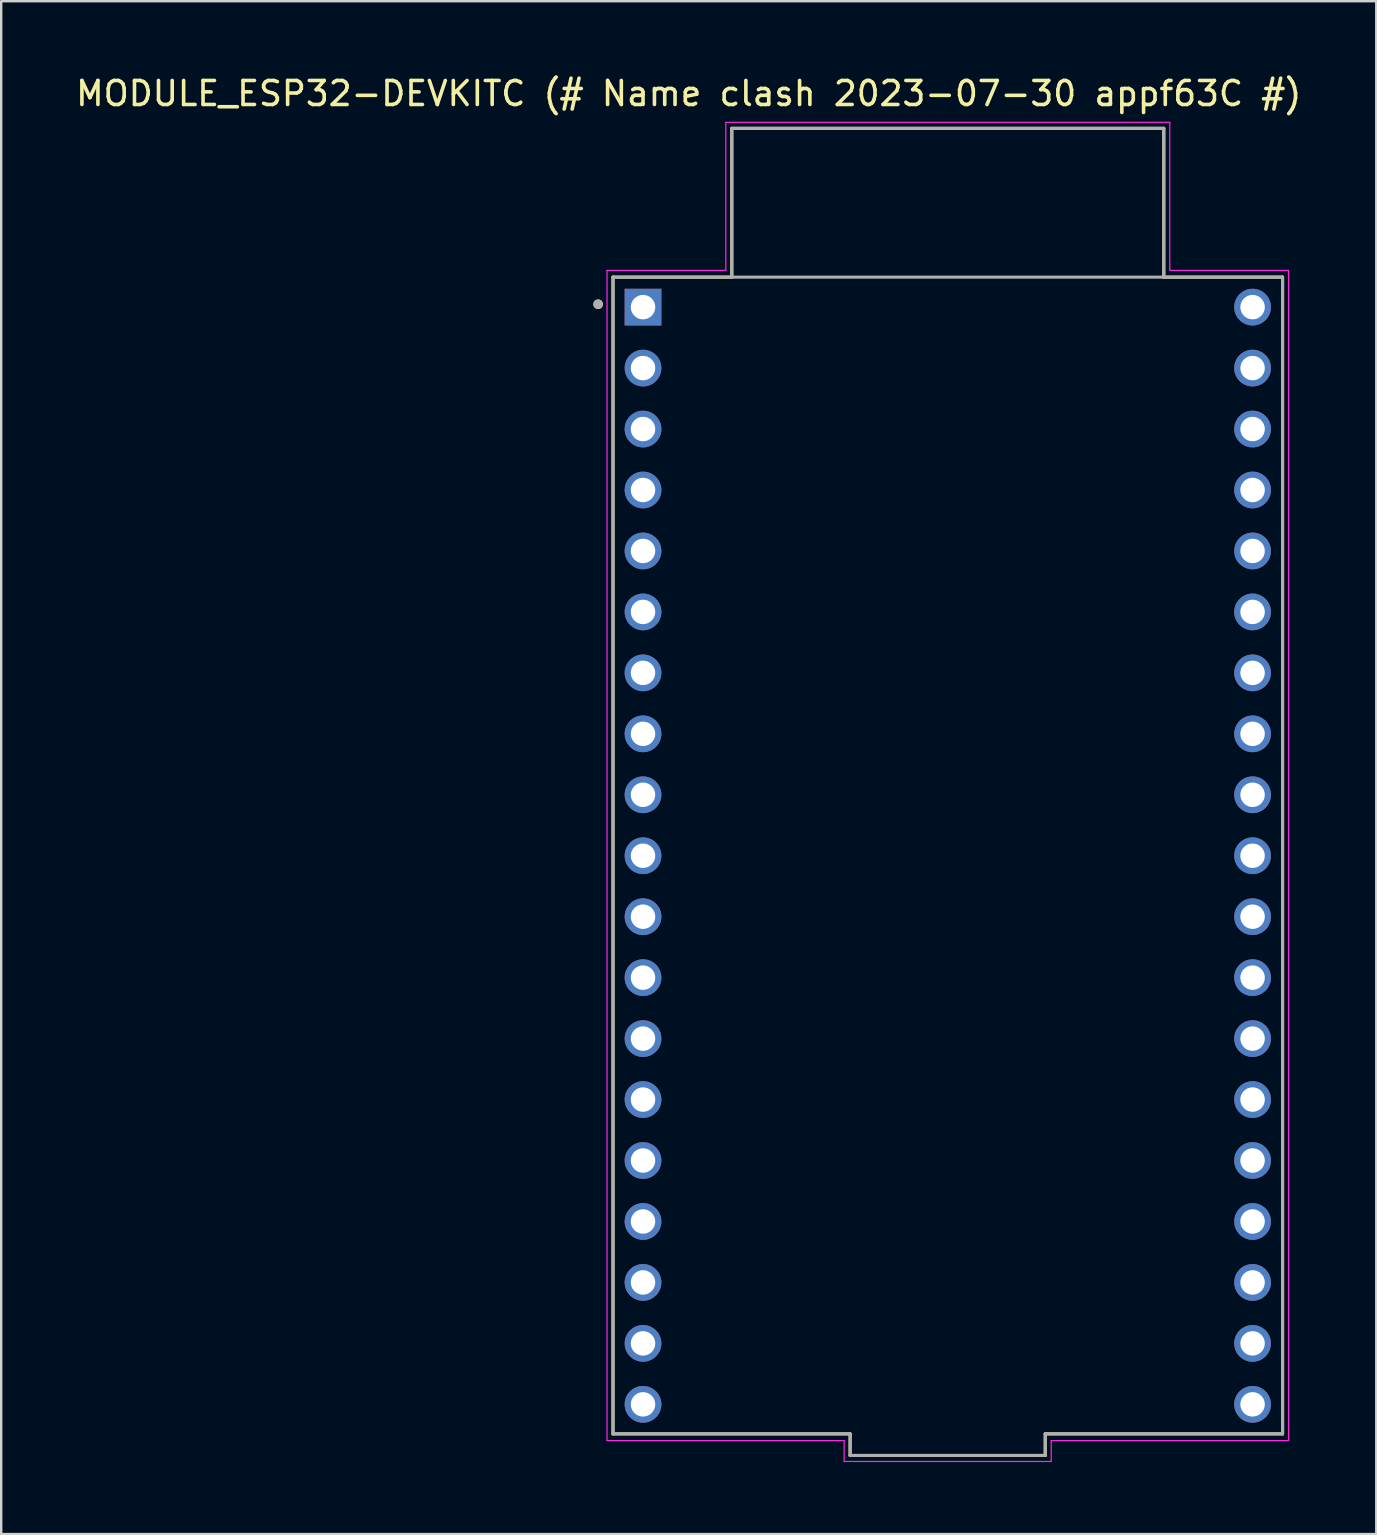
<source format=kicad_pcb>
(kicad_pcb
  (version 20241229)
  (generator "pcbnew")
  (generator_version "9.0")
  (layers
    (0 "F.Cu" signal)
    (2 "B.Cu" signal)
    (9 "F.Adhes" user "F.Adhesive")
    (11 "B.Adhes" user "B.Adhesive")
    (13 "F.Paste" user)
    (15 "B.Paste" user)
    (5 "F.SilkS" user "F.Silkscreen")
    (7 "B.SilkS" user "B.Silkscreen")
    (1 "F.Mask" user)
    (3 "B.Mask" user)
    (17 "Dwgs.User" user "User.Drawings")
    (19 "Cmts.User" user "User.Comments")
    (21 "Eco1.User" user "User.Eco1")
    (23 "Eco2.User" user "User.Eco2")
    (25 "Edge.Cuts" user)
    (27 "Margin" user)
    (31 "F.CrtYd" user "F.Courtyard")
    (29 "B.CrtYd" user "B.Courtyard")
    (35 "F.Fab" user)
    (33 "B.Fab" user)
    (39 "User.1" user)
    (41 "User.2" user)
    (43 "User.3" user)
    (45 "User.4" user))
  (footprint "MODULE_ESP32-DEVKITC (# Name clash 2023-07-30 appf63C #)"
    (layer "F.Cu")
    (at 36.444 32.598)
    (property "Reference" "MODULE_ESP32-DEVKITC (# Name clash 2023-07-30 appf63C #)" (at -10.795 -31.75 0) (layer "F.SilkS") (effects (font (size 1 1) (thickness 0.15))))
    (attr through_hole)
    (fp_line (start -13.95 -24.1) (end -13.95 24.1) (stroke (width 0.127) (type solid)) (layer "F.SilkS"))
    (fp_line (start -13.95 24.1) (end -4.07 24.1) (stroke (width 0.127) (type solid)) (layer "F.SilkS"))
    (fp_line (start -9 -30.3) (end 9 -30.3) (stroke (width 0.127) (type solid)) (layer "F.SilkS"))
    (fp_line (start -9 -24.1) (end -13.95 -24.1) (stroke (width 0.127) (type solid)) (layer "F.SilkS"))
    (fp_line (start -9 -24.1) (end -9 -30.3) (stroke (width 0.127) (type solid)) (layer "F.SilkS"))
    (fp_line (start -4.07 24.1) (end -4.07 25) (stroke (width 0.127) (type solid)) (layer "F.SilkS"))
    (fp_line (start -4.07 25) (end 4.06 25) (stroke (width 0.127) (type solid)) (layer "F.SilkS"))
    (fp_line (start 4.06 24.1) (end 13.95 24.1) (stroke (width 0.127) (type solid)) (layer "F.SilkS"))
    (fp_line (start 4.06 25) (end 4.06 24.1) (stroke (width 0.127) (type solid)) (layer "F.SilkS"))
    (fp_line (start 9 -30.3) (end 9 -24.1) (stroke (width 0.127) (type solid)) (layer "F.SilkS"))
    (fp_line (start 13.95 -24.1) (end 9 -24.1) (stroke (width 0.127) (type solid)) (layer "F.SilkS"))
    (fp_line (start 13.95 24.1) (end 13.95 -24.1) (stroke (width 0.127) (type solid)) (layer "F.SilkS"))
    (fp_circle (center -14.57 -22.97) (end -14.47 -22.97) (stroke (width 0.2) (type solid)) (fill no) (layer "F.SilkS"))
    (fp_line (start -14.2 -24.38) (end -14.2 24.38) (stroke (width 0.05) (type solid)) (layer "F.CrtYd"))
    (fp_line (start -14.2 24.38) (end -4.32 24.38) (stroke (width 0.05) (type solid)) (layer "F.CrtYd"))
    (fp_line (start -9.25 -30.55) (end 9.25 -30.55) (stroke (width 0.05) (type solid)) (layer "F.CrtYd"))
    (fp_line (start -9.25 -24.38) (end -14.2 -24.38) (stroke (width 0.05) (type solid)) (layer "F.CrtYd"))
    (fp_line (start -9.25 -24.38) (end -9.25 -30.55) (stroke (width 0.05) (type solid)) (layer "F.CrtYd"))
    (fp_line (start -4.32 24.38) (end -4.32 25.25) (stroke (width 0.05) (type solid)) (layer "F.CrtYd"))
    (fp_line (start -4.32 25.25) (end 4.31 25.25) (stroke (width 0.05) (type solid)) (layer "F.CrtYd"))
    (fp_line (start 4.31 24.38) (end 14.2 24.38) (stroke (width 0.05) (type solid)) (layer "F.CrtYd"))
    (fp_line (start 4.31 25.25) (end 4.31 24.38) (stroke (width 0.05) (type solid)) (layer "F.CrtYd"))
    (fp_line (start 9.25 -30.55) (end 9.25 -24.38) (stroke (width 0.05) (type solid)) (layer "F.CrtYd"))
    (fp_line (start 14.2 -24.38) (end 9.25 -24.38) (stroke (width 0.05) (type solid)) (layer "F.CrtYd"))
    (fp_line (start 14.2 24.38) (end 14.2 -24.38) (stroke (width 0.05) (type solid)) (layer "F.CrtYd"))
    (fp_line (start -13.95 -24.1) (end -13.95 24.1) (stroke (width 0.127) (type solid)) (layer "F.Fab"))
    (fp_line (start -13.95 24.1) (end -4.07 24.1) (stroke (width 0.127) (type solid)) (layer "F.Fab"))
    (fp_line (start -9 -30.3) (end 9 -30.3) (stroke (width 0.127) (type solid)) (layer "F.Fab"))
    (fp_line (start -9 -24.1) (end -13.95 -24.1) (stroke (width 0.127) (type solid)) (layer "F.Fab"))
    (fp_line (start -9 -24.1) (end -9 -30.3) (stroke (width 0.127) (type solid)) (layer "F.Fab"))
    (fp_line (start -4.07 24.1) (end -4.07 25) (stroke (width 0.127) (type solid)) (layer "F.Fab"))
    (fp_line (start -4.07 25) (end 4.06 25) (stroke (width 0.127) (type solid)) (layer "F.Fab"))
    (fp_line (start 4.06 24.1) (end 13.95 24.1) (stroke (width 0.127) (type solid)) (layer "F.Fab"))
    (fp_line (start 4.06 25) (end 4.06 24.1) (stroke (width 0.127) (type solid)) (layer "F.Fab"))
    (fp_line (start 9 -30.3) (end 9 -24.1) (stroke (width 0.127) (type solid)) (layer "F.Fab"))
    (fp_line (start 9 -24.1) (end -9 -24.1) (stroke (width 0.127) (type solid)) (layer "F.Fab"))
    (fp_line (start 13.95 -24.1) (end 9 -24.1) (stroke (width 0.127) (type solid)) (layer "F.Fab"))
    (fp_line (start 13.95 24.1) (end 13.95 -24.1) (stroke (width 0.127) (type solid)) (layer "F.Fab"))
    (fp_circle (center -14.57 -22.97) (end -14.47 -22.97) (stroke (width 0.2) (type solid)) (fill no) (layer "F.Fab"))
    (pad "1" thru_hole rect (at -12.7 -22.85) (size 1.53 1.53) (drill 1.02) (layers "*.Cu" "*.Mask"))
    (pad "2" thru_hole circle (at -12.7 -20.31) (size 1.53 1.53) (drill 1.02) (layers "*.Cu" "*.Mask"))
    (pad "3" thru_hole circle (at -12.7 -17.77) (size 1.53 1.53) (drill 1.02) (layers "*.Cu" "*.Mask"))
    (pad "4" thru_hole circle (at -12.7 -15.23) (size 1.53 1.53) (drill 1.02) (layers "*.Cu" "*.Mask"))
    (pad "5" thru_hole circle (at -12.7 -12.69) (size 1.53 1.53) (drill 1.02) (layers "*.Cu" "*.Mask"))
    (pad "6" thru_hole circle (at -12.7 -10.15) (size 1.53 1.53) (drill 1.02) (layers "*.Cu" "*.Mask"))
    (pad "7" thru_hole circle (at -12.7 -7.61) (size 1.53 1.53) (drill 1.02) (layers "*.Cu" "*.Mask"))
    (pad "8" thru_hole circle (at -12.7 -5.07) (size 1.53 1.53) (drill 1.02) (layers "*.Cu" "*.Mask"))
    (pad "9" thru_hole circle (at -12.7 -2.53) (size 1.53 1.53) (drill 1.02) (layers "*.Cu" "*.Mask"))
    (pad "10" thru_hole circle (at -12.7 0.01) (size 1.53 1.53) (drill 1.02) (layers "*.Cu" "*.Mask"))
    (pad "11" thru_hole circle (at -12.7 2.55) (size 1.53 1.53) (drill 1.02) (layers "*.Cu" "*.Mask"))
    (pad "12" thru_hole circle (at -12.7 5.09) (size 1.53 1.53) (drill 1.02) (layers "*.Cu" "*.Mask"))
    (pad "13" thru_hole circle (at -12.7 7.63) (size 1.53 1.53) (drill 1.02) (layers "*.Cu" "*.Mask"))
    (pad "14" thru_hole circle (at -12.7 10.17) (size 1.53 1.53) (drill 1.02) (layers "*.Cu" "*.Mask"))
    (pad "15" thru_hole circle (at -12.7 12.71) (size 1.53 1.53) (drill 1.02) (layers "*.Cu" "*.Mask"))
    (pad "16" thru_hole circle (at -12.7 15.25) (size 1.53 1.53) (drill 1.02) (layers "*.Cu" "*.Mask"))
    (pad "17" thru_hole circle (at -12.7 17.79) (size 1.53 1.53) (drill 1.02) (layers "*.Cu" "*.Mask"))
    (pad "18" thru_hole circle (at -12.7 20.33) (size 1.53 1.53) (drill 1.02) (layers "*.Cu" "*.Mask"))
    (pad "19" thru_hole circle (at -12.7 22.87) (size 1.53 1.53) (drill 1.02) (layers "*.Cu" "*.Mask"))
    (pad "20" thru_hole circle (at 12.7 22.87) (size 1.53 1.53) (drill 1.02) (layers "*.Cu" "*.Mask"))
    (pad "21" thru_hole circle (at 12.7 20.33) (size 1.53 1.53) (drill 1.02) (layers "*.Cu" "*.Mask"))
    (pad "22" thru_hole circle (at 12.7 17.79) (size 1.53 1.53) (drill 1.02) (layers "*.Cu" "*.Mask"))
    (pad "23" thru_hole circle (at 12.7 15.25) (size 1.53 1.53) (drill 1.02) (layers "*.Cu" "*.Mask"))
    (pad "24" thru_hole circle (at 12.7 12.71) (size 1.53 1.53) (drill 1.02) (layers "*.Cu" "*.Mask"))
    (pad "25" thru_hole circle (at 12.7 10.17) (size 1.53 1.53) (drill 1.02) (layers "*.Cu" "*.Mask"))
    (pad "26" thru_hole circle (at 12.7 7.63) (size 1.53 1.53) (drill 1.02) (layers "*.Cu" "*.Mask"))
    (pad "27" thru_hole circle (at 12.7 5.09) (size 1.53 1.53) (drill 1.02) (layers "*.Cu" "*.Mask"))
    (pad "28" thru_hole circle (at 12.7 2.55) (size 1.53 1.53) (drill 1.02) (layers "*.Cu" "*.Mask"))
    (pad "29" thru_hole circle (at 12.7 0.01) (size 1.53 1.53) (drill 1.02) (layers "*.Cu" "*.Mask"))
    (pad "30" thru_hole circle (at 12.7 -2.53) (size 1.53 1.53) (drill 1.02) (layers "*.Cu" "*.Mask"))
    (pad "31" thru_hole circle (at 12.7 -5.07) (size 1.53 1.53) (drill 1.02) (layers "*.Cu" "*.Mask"))
    (pad "32" thru_hole circle (at 12.7 -7.61) (size 1.53 1.53) (drill 1.02) (layers "*.Cu" "*.Mask"))
    (pad "33" thru_hole circle (at 12.7 -10.15) (size 1.53 1.53) (drill 1.02) (layers "*.Cu" "*.Mask"))
    (pad "34" thru_hole circle (at 12.7 -12.69) (size 1.53 1.53) (drill 1.02) (layers "*.Cu" "*.Mask"))
    (pad "35" thru_hole circle (at 12.7 -15.23) (size 1.53 1.53) (drill 1.02) (layers "*.Cu" "*.Mask"))
    (pad "36" thru_hole circle (at 12.7 -17.77) (size 1.53 1.53) (drill 1.02) (layers "*.Cu" "*.Mask"))
    (pad "37" thru_hole circle (at 12.7 -20.31) (size 1.53 1.53) (drill 1.02) (layers "*.Cu" "*.Mask"))
    (pad "38" thru_hole circle (at 12.7 -22.85) (size 1.53 1.53) (drill 1.02) (layers "*.Cu" "*.Mask")))
  (gr_rect
    (start -3 -3)
    (end 54.298 60.873)
    (stroke (width 0.1) (type default))
    (fill no)
    (layer "Edge.Cuts")))
</source>
